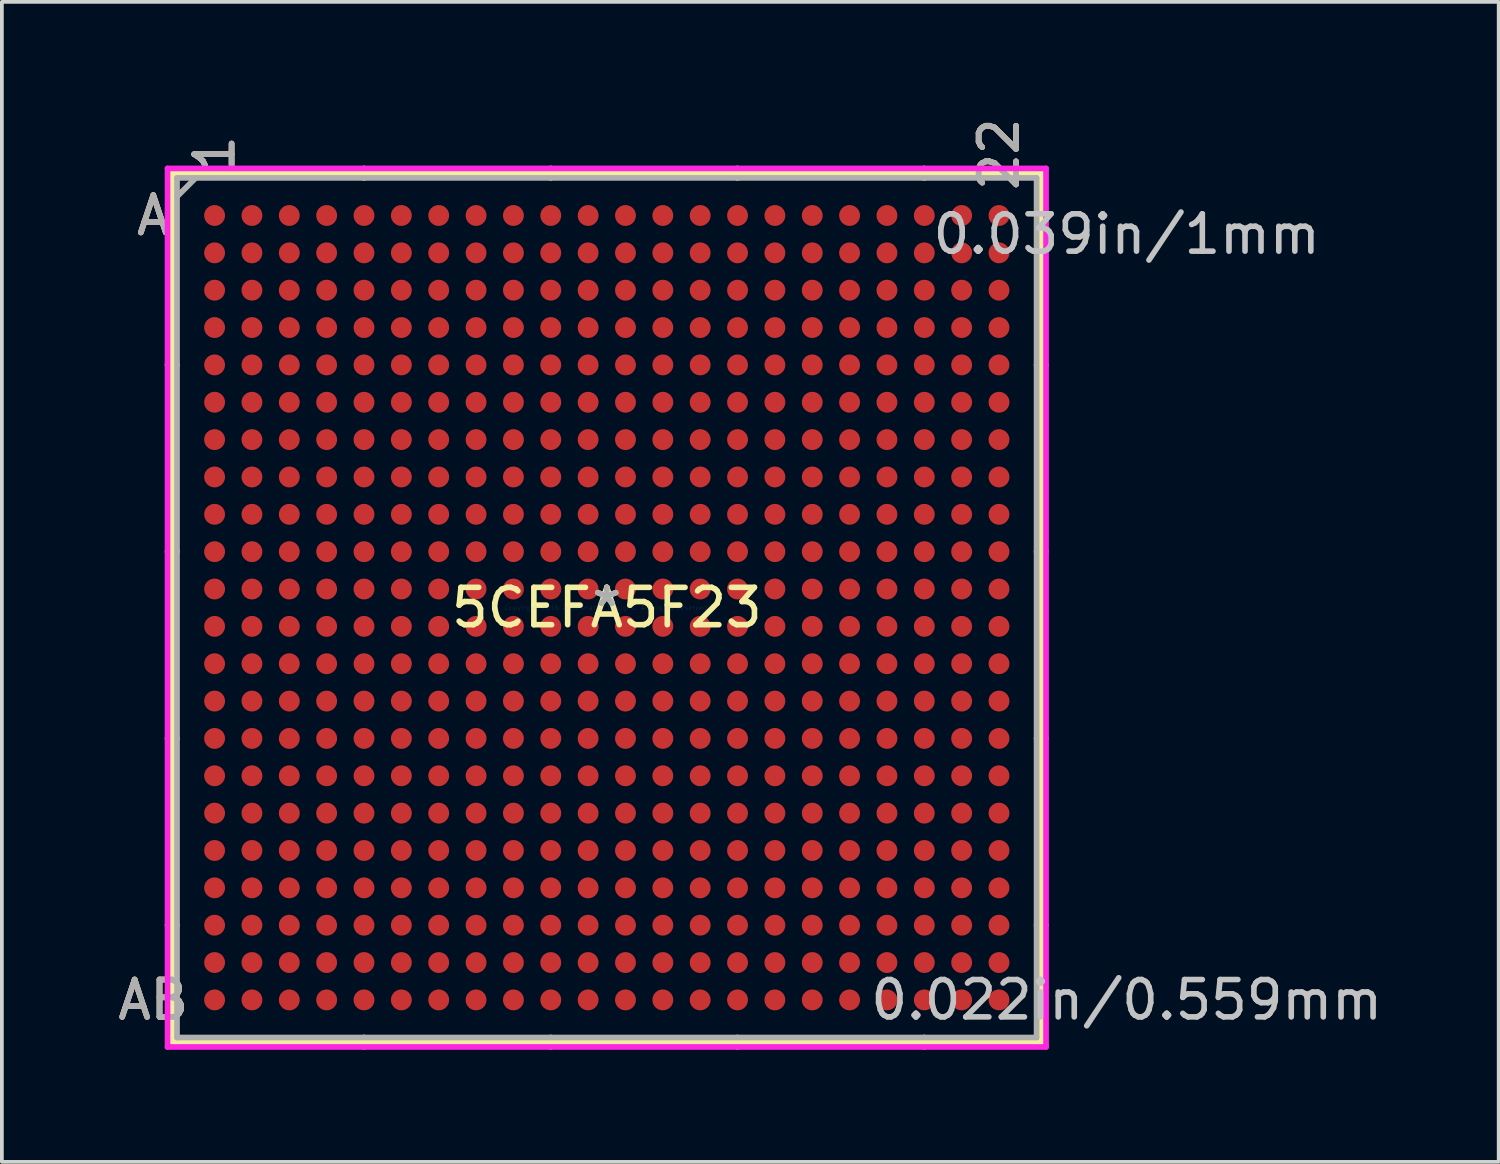
<source format=kicad_pcb>
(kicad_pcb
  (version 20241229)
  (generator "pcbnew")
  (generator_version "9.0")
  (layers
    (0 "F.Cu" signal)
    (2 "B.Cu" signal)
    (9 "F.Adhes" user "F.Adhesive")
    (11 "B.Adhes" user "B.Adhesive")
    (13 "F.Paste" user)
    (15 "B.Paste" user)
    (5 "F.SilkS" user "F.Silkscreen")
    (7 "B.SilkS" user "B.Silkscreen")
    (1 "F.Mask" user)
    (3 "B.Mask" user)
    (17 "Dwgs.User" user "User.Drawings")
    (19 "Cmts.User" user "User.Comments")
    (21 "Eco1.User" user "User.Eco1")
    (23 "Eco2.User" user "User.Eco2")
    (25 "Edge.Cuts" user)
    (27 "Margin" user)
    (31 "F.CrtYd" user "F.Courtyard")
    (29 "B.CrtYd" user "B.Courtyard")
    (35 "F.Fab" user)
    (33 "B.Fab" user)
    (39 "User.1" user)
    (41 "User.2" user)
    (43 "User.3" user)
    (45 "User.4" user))
  (footprint "5CEFA5F23"
    (layer "F.Cu")
    (at 13.195 13.219)
    (property "Reference" "5CEFA5F23" (at 0 0 0) (layer "F.SilkS") (effects (font (size 1 1) (thickness 0.15))))
    (attr through_hole)
    (fp_line (start -11.633 -11.633) (end -11.633 11.633) (stroke (width 0.152) (type solid)) (layer "F.SilkS"))
    (fp_line (start -11.633 11.633) (end 11.633 11.633) (stroke (width 0.152) (type solid)) (layer "F.SilkS"))
    (fp_line (start -11.506 -6.5) (end -11.76 -6.5) (stroke (width 0.152) (type solid)) (layer "F.SilkS"))
    (fp_line (start -11.506 -1.5) (end -11.76 -1.5) (stroke (width 0.152) (type solid)) (layer "F.SilkS"))
    (fp_line (start -11.506 3.5) (end -11.76 3.5) (stroke (width 0.152) (type solid)) (layer "F.SilkS"))
    (fp_line (start -11.506 8.5) (end -11.76 8.5) (stroke (width 0.152) (type solid)) (layer "F.SilkS"))
    (fp_line (start -6.5 -11.506) (end -6.5 -11.76) (stroke (width 0.152) (type solid)) (layer "F.SilkS"))
    (fp_line (start -6.5 11.506) (end -6.5 11.76) (stroke (width 0.152) (type solid)) (layer "F.SilkS"))
    (fp_line (start -1.5 -11.506) (end -1.5 -11.76) (stroke (width 0.152) (type solid)) (layer "F.SilkS"))
    (fp_line (start -1.5 11.506) (end -1.5 11.76) (stroke (width 0.152) (type solid)) (layer "F.SilkS"))
    (fp_line (start 3.5 -11.506) (end 3.5 -11.76) (stroke (width 0.152) (type solid)) (layer "F.SilkS"))
    (fp_line (start 3.5 11.506) (end 3.5 11.76) (stroke (width 0.152) (type solid)) (layer "F.SilkS"))
    (fp_line (start 8.5 -11.506) (end 8.5 -11.76) (stroke (width 0.152) (type solid)) (layer "F.SilkS"))
    (fp_line (start 8.5 11.506) (end 8.5 11.76) (stroke (width 0.152) (type solid)) (layer "F.SilkS"))
    (fp_line (start 11.506 -6.5) (end 11.76 -6.5) (stroke (width 0.152) (type solid)) (layer "F.SilkS"))
    (fp_line (start 11.506 -1.5) (end 11.76 -1.5) (stroke (width 0.152) (type solid)) (layer "F.SilkS"))
    (fp_line (start 11.506 3.5) (end 11.76 3.5) (stroke (width 0.152) (type solid)) (layer "F.SilkS"))
    (fp_line (start 11.506 8.5) (end 11.76 8.5) (stroke (width 0.152) (type solid)) (layer "F.SilkS"))
    (fp_line (start 11.633 -11.633) (end -11.633 -11.633) (stroke (width 0.152) (type solid)) (layer "F.SilkS"))
    (fp_line (start 11.633 11.633) (end 11.633 -11.633) (stroke (width 0.152) (type solid)) (layer "F.SilkS"))
    (fp_line (start -11.76 -11.76) (end 11.76 -11.76) (stroke (width 0.152) (type solid)) (layer "F.CrtYd"))
    (fp_line (start -11.76 11.76) (end -11.76 -11.76) (stroke (width 0.152) (type solid)) (layer "F.CrtYd"))
    (fp_line (start 11.76 -11.76) (end 11.76 11.76) (stroke (width 0.152) (type solid)) (layer "F.CrtYd"))
    (fp_line (start 11.76 11.76) (end -11.76 11.76) (stroke (width 0.152) (type solid)) (layer "F.CrtYd"))
    (fp_line (start -11.506 -11.506) (end -11.506 11.506) (stroke (width 0.152) (type solid)) (layer "F.Fab"))
    (fp_line (start -11.506 11.506) (end 11.506 11.506) (stroke (width 0.152) (type solid)) (layer "F.Fab"))
    (fp_line (start -11.006 -11.506) (end -11.506 -11.006) (stroke (width 0.152) (type solid)) (layer "F.Fab"))
    (fp_line (start 11.506 -11.506) (end -11.506 -11.506) (stroke (width 0.152) (type solid)) (layer "F.Fab"))
    (fp_line (start 11.506 11.506) (end 11.506 -11.506) (stroke (width 0.152) (type solid)) (layer "F.Fab"))
    (fp_text user "AB" (at -12.141 10.5 0) (layer "F.SilkS") (effects (font (size 1 1) (thickness 0.15))))
    (fp_text user "1" (at -10.5 -12.141 90) (layer "F.SilkS") (effects (font (size 1 1) (thickness 0.15))))
    (fp_text user "A" (at -12.141 -10.5 0) (layer "F.SilkS") (effects (font (size 1 1) (thickness 0.15))))
    (fp_text user "*" (at 0 0 0) (layer "F.SilkS") (effects (font (size 1 1) (thickness 0.15))))
    (fp_text user "22" (at 10.5 -12.141 90) (layer "F.SilkS") (effects (font (size 1 1) (thickness 0.15))))
    (fp_text user "A" (at -12.141 -10.5 0) (layer "B.SilkS") (effects (font (size 1 1) (thickness 0.15))))
    (fp_text user "1" (at -10.5 -12.141 90) (layer "B.SilkS") (effects (font (size 1 1) (thickness 0.15))))
    (fp_text user "22" (at 10.5 -12.141 90) (layer "B.SilkS") (effects (font (size 1 1) (thickness 0.15))))
    (fp_text user "AB" (at -12.141 10.5 0) (layer "B.SilkS") (effects (font (size 1 1) (thickness 0.15))))
    (fp_text user "0.022in/0.559mm" (at 13.919 10.5 0) (layer "Dwgs.User") (effects (font (size 1 1) (thickness 0.15))))
    (fp_text user "0.039in/1mm" (at 13.919 -10 0) (layer "Dwgs.User") (effects (font (size 1 1) (thickness 0.15))))
    (fp_text user "Copyright 2016 Accelerated Designs. All rights reserved." (at 0 0 0) (layer "Cmts.User") (effects (font (size 0.127 0.127) (thickness 0.002))))
    (fp_text user "*" (at 0 0 0) (layer "F.Fab") (effects (font (size 1 1) (thickness 0.15))))
    (fp_text user "AB" (at -12.141 10.5 0) (layer "F.Fab") (effects (font (size 1 1) (thickness 0.15))))
    (fp_text user "A" (at -12.141 -10.5 0) (layer "F.Fab") (effects (font (size 1 1) (thickness 0.15))))
    (fp_text user "22" (at 10.5 -12.141 90) (layer "F.Fab") (effects (font (size 1 1) (thickness 0.15))))
    (fp_text user "1" (at -10.5 -12.141 90) (layer "F.Fab") (effects (font (size 1 1) (thickness 0.15))))
    (pad "A1" smd circle (at -10.5 -10.5) (size 0.559 0.559) (layers "F.Cu" "F.Mask" "F.Paste"))
    (pad "A2" smd circle (at -9.5 -10.5) (size 0.559 0.559) (layers "F.Cu" "F.Mask" "F.Paste"))
    (pad "A3" smd circle (at -8.5 -10.5) (size 0.559 0.559) (layers "F.Cu" "F.Mask" "F.Paste"))
    (pad "A4" smd circle (at -7.5 -10.5) (size 0.559 0.559) (layers "F.Cu" "F.Mask" "F.Paste"))
    (pad "A5" smd circle (at -6.5 -10.5) (size 0.559 0.559) (layers "F.Cu" "F.Mask" "F.Paste"))
    (pad "A6" smd circle (at -5.5 -10.5) (size 0.559 0.559) (layers "F.Cu" "F.Mask" "F.Paste"))
    (pad "A7" smd circle (at -4.5 -10.5) (size 0.559 0.559) (layers "F.Cu" "F.Mask" "F.Paste"))
    (pad "A8" smd circle (at -3.5 -10.5) (size 0.559 0.559) (layers "F.Cu" "F.Mask" "F.Paste"))
    (pad "A9" smd circle (at -2.5 -10.5) (size 0.559 0.559) (layers "F.Cu" "F.Mask" "F.Paste"))
    (pad "A10" smd circle (at -1.5 -10.5) (size 0.559 0.559) (layers "F.Cu" "F.Mask" "F.Paste"))
    (pad "A11" smd circle (at -0.5 -10.5) (size 0.559 0.559) (layers "F.Cu" "F.Mask" "F.Paste"))
    (pad "A12" smd circle (at 0.5 -10.5) (size 0.559 0.559) (layers "F.Cu" "F.Mask" "F.Paste"))
    (pad "A13" smd circle (at 1.5 -10.5) (size 0.559 0.559) (layers "F.Cu" "F.Mask" "F.Paste"))
    (pad "A14" smd circle (at 2.5 -10.5) (size 0.559 0.559) (layers "F.Cu" "F.Mask" "F.Paste"))
    (pad "A15" smd circle (at 3.5 -10.5) (size 0.559 0.559) (layers "F.Cu" "F.Mask" "F.Paste"))
    (pad "A16" smd circle (at 4.5 -10.5) (size 0.559 0.559) (layers "F.Cu" "F.Mask" "F.Paste"))
    (pad "A17" smd circle (at 5.5 -10.5) (size 0.559 0.559) (layers "F.Cu" "F.Mask" "F.Paste"))
    (pad "A18" smd circle (at 6.5 -10.5) (size 0.559 0.559) (layers "F.Cu" "F.Mask" "F.Paste"))
    (pad "A19" smd circle (at 7.5 -10.5) (size 0.559 0.559) (layers "F.Cu" "F.Mask" "F.Paste"))
    (pad "A20" smd circle (at 8.5 -10.5) (size 0.559 0.559) (layers "F.Cu" "F.Mask" "F.Paste"))
    (pad "A21" smd circle (at 9.5 -10.5) (size 0.559 0.559) (layers "F.Cu" "F.Mask" "F.Paste"))
    (pad "A22" smd circle (at 10.5 -10.5) (size 0.559 0.559) (layers "F.Cu" "F.Mask" "F.Paste"))
    (pad "AA1" smd circle (at -10.5 9.5) (size 0.559 0.559) (layers "F.Cu" "F.Mask" "F.Paste"))
    (pad "AA2" smd circle (at -9.5 9.5) (size 0.559 0.559) (layers "F.Cu" "F.Mask" "F.Paste"))
    (pad "AA3" smd circle (at -8.5 9.5) (size 0.559 0.559) (layers "F.Cu" "F.Mask" "F.Paste"))
    (pad "AA4" smd circle (at -7.5 9.5) (size 0.559 0.559) (layers "F.Cu" "F.Mask" "F.Paste"))
    (pad "AA5" smd circle (at -6.5 9.5) (size 0.559 0.559) (layers "F.Cu" "F.Mask" "F.Paste"))
    (pad "AA6" smd circle (at -5.5 9.5) (size 0.559 0.559) (layers "F.Cu" "F.Mask" "F.Paste"))
    (pad "AA7" smd circle (at -4.5 9.5) (size 0.559 0.559) (layers "F.Cu" "F.Mask" "F.Paste"))
    (pad "AA8" smd circle (at -3.5 9.5) (size 0.559 0.559) (layers "F.Cu" "F.Mask" "F.Paste"))
    (pad "AA9" smd circle (at -2.5 9.5) (size 0.559 0.559) (layers "F.Cu" "F.Mask" "F.Paste"))
    (pad "AA10" smd circle (at -1.5 9.5) (size 0.559 0.559) (layers "F.Cu" "F.Mask" "F.Paste"))
    (pad "AA11" smd circle (at -0.5 9.5) (size 0.559 0.559) (layers "F.Cu" "F.Mask" "F.Paste"))
    (pad "AA12" smd circle (at 0.5 9.5) (size 0.559 0.559) (layers "F.Cu" "F.Mask" "F.Paste"))
    (pad "AA13" smd circle (at 1.5 9.5) (size 0.559 0.559) (layers "F.Cu" "F.Mask" "F.Paste"))
    (pad "AA14" smd circle (at 2.5 9.5) (size 0.559 0.559) (layers "F.Cu" "F.Mask" "F.Paste"))
    (pad "AA15" smd circle (at 3.5 9.5) (size 0.559 0.559) (layers "F.Cu" "F.Mask" "F.Paste"))
    (pad "AA16" smd circle (at 4.5 9.5) (size 0.559 0.559) (layers "F.Cu" "F.Mask" "F.Paste"))
    (pad "AA17" smd circle (at 5.5 9.5) (size 0.559 0.559) (layers "F.Cu" "F.Mask" "F.Paste"))
    (pad "AA18" smd circle (at 6.5 9.5) (size 0.559 0.559) (layers "F.Cu" "F.Mask" "F.Paste"))
    (pad "AA19" smd circle (at 7.5 9.5) (size 0.559 0.559) (layers "F.Cu" "F.Mask" "F.Paste"))
    (pad "AA20" smd circle (at 8.5 9.5) (size 0.559 0.559) (layers "F.Cu" "F.Mask" "F.Paste"))
    (pad "AA21" smd circle (at 9.5 9.5) (size 0.559 0.559) (layers "F.Cu" "F.Mask" "F.Paste"))
    (pad "AA22" smd circle (at 10.5 9.5) (size 0.559 0.559) (layers "F.Cu" "F.Mask" "F.Paste"))
    (pad "AB1" smd circle (at -10.5 10.5) (size 0.559 0.559) (layers "F.Cu" "F.Mask" "F.Paste"))
    (pad "AB2" smd circle (at -9.5 10.5) (size 0.559 0.559) (layers "F.Cu" "F.Mask" "F.Paste"))
    (pad "AB3" smd circle (at -8.5 10.5) (size 0.559 0.559) (layers "F.Cu" "F.Mask" "F.Paste"))
    (pad "AB4" smd circle (at -7.5 10.5) (size 0.559 0.559) (layers "F.Cu" "F.Mask" "F.Paste"))
    (pad "AB5" smd circle (at -6.5 10.5) (size 0.559 0.559) (layers "F.Cu" "F.Mask" "F.Paste"))
    (pad "AB6" smd circle (at -5.5 10.5) (size 0.559 0.559) (layers "F.Cu" "F.Mask" "F.Paste"))
    (pad "AB7" smd circle (at -4.5 10.5) (size 0.559 0.559) (layers "F.Cu" "F.Mask" "F.Paste"))
    (pad "AB8" smd circle (at -3.5 10.5) (size 0.559 0.559) (layers "F.Cu" "F.Mask" "F.Paste"))
    (pad "AB9" smd circle (at -2.5 10.5) (size 0.559 0.559) (layers "F.Cu" "F.Mask" "F.Paste"))
    (pad "AB10" smd circle (at -1.5 10.5) (size 0.559 0.559) (layers "F.Cu" "F.Mask" "F.Paste"))
    (pad "AB11" smd circle (at -0.5 10.5) (size 0.559 0.559) (layers "F.Cu" "F.Mask" "F.Paste"))
    (pad "AB12" smd circle (at 0.5 10.5) (size 0.559 0.559) (layers "F.Cu" "F.Mask" "F.Paste"))
    (pad "AB13" smd circle (at 1.5 10.5) (size 0.559 0.559) (layers "F.Cu" "F.Mask" "F.Paste"))
    (pad "AB14" smd circle (at 2.5 10.5) (size 0.559 0.559) (layers "F.Cu" "F.Mask" "F.Paste"))
    (pad "AB15" smd circle (at 3.5 10.5) (size 0.559 0.559) (layers "F.Cu" "F.Mask" "F.Paste"))
    (pad "AB16" smd circle (at 4.5 10.5) (size 0.559 0.559) (layers "F.Cu" "F.Mask" "F.Paste"))
    (pad "AB17" smd circle (at 5.5 10.5) (size 0.559 0.559) (layers "F.Cu" "F.Mask" "F.Paste"))
    (pad "AB18" smd circle (at 6.5 10.5) (size 0.559 0.559) (layers "F.Cu" "F.Mask" "F.Paste"))
    (pad "AB19" smd circle (at 7.5 10.5) (size 0.559 0.559) (layers "F.Cu" "F.Mask" "F.Paste"))
    (pad "AB20" smd circle (at 8.5 10.5) (size 0.559 0.559) (layers "F.Cu" "F.Mask" "F.Paste"))
    (pad "AB21" smd circle (at 9.5 10.5) (size 0.559 0.559) (layers "F.Cu" "F.Mask" "F.Paste"))
    (pad "AB22" smd circle (at 10.5 10.5) (size 0.559 0.559) (layers "F.Cu" "F.Mask" "F.Paste"))
    (pad "B1" smd circle (at -10.5 -9.5) (size 0.559 0.559) (layers "F.Cu" "F.Mask" "F.Paste"))
    (pad "B2" smd circle (at -9.5 -9.5) (size 0.559 0.559) (layers "F.Cu" "F.Mask" "F.Paste"))
    (pad "B3" smd circle (at -8.5 -9.5) (size 0.559 0.559) (layers "F.Cu" "F.Mask" "F.Paste"))
    (pad "B4" smd circle (at -7.5 -9.5) (size 0.559 0.559) (layers "F.Cu" "F.Mask" "F.Paste"))
    (pad "B5" smd circle (at -6.5 -9.5) (size 0.559 0.559) (layers "F.Cu" "F.Mask" "F.Paste"))
    (pad "B6" smd circle (at -5.5 -9.5) (size 0.559 0.559) (layers "F.Cu" "F.Mask" "F.Paste"))
    (pad "B7" smd circle (at -4.5 -9.5) (size 0.559 0.559) (layers "F.Cu" "F.Mask" "F.Paste"))
    (pad "B8" smd circle (at -3.5 -9.5) (size 0.559 0.559) (layers "F.Cu" "F.Mask" "F.Paste"))
    (pad "B9" smd circle (at -2.5 -9.5) (size 0.559 0.559) (layers "F.Cu" "F.Mask" "F.Paste"))
    (pad "B10" smd circle (at -1.5 -9.5) (size 0.559 0.559) (layers "F.Cu" "F.Mask" "F.Paste"))
    (pad "B11" smd circle (at -0.5 -9.5) (size 0.559 0.559) (layers "F.Cu" "F.Mask" "F.Paste"))
    (pad "B12" smd circle (at 0.5 -9.5) (size 0.559 0.559) (layers "F.Cu" "F.Mask" "F.Paste"))
    (pad "B13" smd circle (at 1.5 -9.5) (size 0.559 0.559) (layers "F.Cu" "F.Mask" "F.Paste"))
    (pad "B14" smd circle (at 2.5 -9.5) (size 0.559 0.559) (layers "F.Cu" "F.Mask" "F.Paste"))
    (pad "B15" smd circle (at 3.5 -9.5) (size 0.559 0.559) (layers "F.Cu" "F.Mask" "F.Paste"))
    (pad "B16" smd circle (at 4.5 -9.5) (size 0.559 0.559) (layers "F.Cu" "F.Mask" "F.Paste"))
    (pad "B17" smd circle (at 5.5 -9.5) (size 0.559 0.559) (layers "F.Cu" "F.Mask" "F.Paste"))
    (pad "B18" smd circle (at 6.5 -9.5) (size 0.559 0.559) (layers "F.Cu" "F.Mask" "F.Paste"))
    (pad "B19" smd circle (at 7.5 -9.5) (size 0.559 0.559) (layers "F.Cu" "F.Mask" "F.Paste"))
    (pad "B20" smd circle (at 8.5 -9.5) (size 0.559 0.559) (layers "F.Cu" "F.Mask" "F.Paste"))
    (pad "B21" smd circle (at 9.5 -9.5) (size 0.559 0.559) (layers "F.Cu" "F.Mask" "F.Paste"))
    (pad "B22" smd circle (at 10.5 -9.5) (size 0.559 0.559) (layers "F.Cu" "F.Mask" "F.Paste"))
    (pad "C1" smd circle (at -10.5 -8.5) (size 0.559 0.559) (layers "F.Cu" "F.Mask" "F.Paste"))
    (pad "C2" smd circle (at -9.5 -8.5) (size 0.559 0.559) (layers "F.Cu" "F.Mask" "F.Paste"))
    (pad "C3" smd circle (at -8.5 -8.5) (size 0.559 0.559) (layers "F.Cu" "F.Mask" "F.Paste"))
    (pad "C4" smd circle (at -7.5 -8.5) (size 0.559 0.559) (layers "F.Cu" "F.Mask" "F.Paste"))
    (pad "C5" smd circle (at -6.5 -8.5) (size 0.559 0.559) (layers "F.Cu" "F.Mask" "F.Paste"))
    (pad "C6" smd circle (at -5.5 -8.5) (size 0.559 0.559) (layers "F.Cu" "F.Mask" "F.Paste"))
    (pad "C7" smd circle (at -4.5 -8.5) (size 0.559 0.559) (layers "F.Cu" "F.Mask" "F.Paste"))
    (pad "C8" smd circle (at -3.5 -8.5) (size 0.559 0.559) (layers "F.Cu" "F.Mask" "F.Paste"))
    (pad "C9" smd circle (at -2.5 -8.5) (size 0.559 0.559) (layers "F.Cu" "F.Mask" "F.Paste"))
    (pad "C10" smd circle (at -1.5 -8.5) (size 0.559 0.559) (layers "F.Cu" "F.Mask" "F.Paste"))
    (pad "C11" smd circle (at -0.5 -8.5) (size 0.559 0.559) (layers "F.Cu" "F.Mask" "F.Paste"))
    (pad "C12" smd circle (at 0.5 -8.5) (size 0.559 0.559) (layers "F.Cu" "F.Mask" "F.Paste"))
    (pad "C13" smd circle (at 1.5 -8.5) (size 0.559 0.559) (layers "F.Cu" "F.Mask" "F.Paste"))
    (pad "C14" smd circle (at 2.5 -8.5) (size 0.559 0.559) (layers "F.Cu" "F.Mask" "F.Paste"))
    (pad "C15" smd circle (at 3.5 -8.5) (size 0.559 0.559) (layers "F.Cu" "F.Mask" "F.Paste"))
    (pad "C16" smd circle (at 4.5 -8.5) (size 0.559 0.559) (layers "F.Cu" "F.Mask" "F.Paste"))
    (pad "C17" smd circle (at 5.5 -8.5) (size 0.559 0.559) (layers "F.Cu" "F.Mask" "F.Paste"))
    (pad "C18" smd circle (at 6.5 -8.5) (size 0.559 0.559) (layers "F.Cu" "F.Mask" "F.Paste"))
    (pad "C19" smd circle (at 7.5 -8.5) (size 0.559 0.559) (layers "F.Cu" "F.Mask" "F.Paste"))
    (pad "C20" smd circle (at 8.5 -8.5) (size 0.559 0.559) (layers "F.Cu" "F.Mask" "F.Paste"))
    (pad "C21" smd circle (at 9.5 -8.5) (size 0.559 0.559) (layers "F.Cu" "F.Mask" "F.Paste"))
    (pad "C22" smd circle (at 10.5 -8.5) (size 0.559 0.559) (layers "F.Cu" "F.Mask" "F.Paste"))
    (pad "D1" smd circle (at -10.5 -7.5) (size 0.559 0.559) (layers "F.Cu" "F.Mask" "F.Paste"))
    (pad "D2" smd circle (at -9.5 -7.5) (size 0.559 0.559) (layers "F.Cu" "F.Mask" "F.Paste"))
    (pad "D3" smd circle (at -8.5 -7.5) (size 0.559 0.559) (layers "F.Cu" "F.Mask" "F.Paste"))
    (pad "D4" smd circle (at -7.5 -7.5) (size 0.559 0.559) (layers "F.Cu" "F.Mask" "F.Paste"))
    (pad "D5" smd circle (at -6.5 -7.5) (size 0.559 0.559) (layers "F.Cu" "F.Mask" "F.Paste"))
    (pad "D6" smd circle (at -5.5 -7.5) (size 0.559 0.559) (layers "F.Cu" "F.Mask" "F.Paste"))
    (pad "D7" smd circle (at -4.5 -7.5) (size 0.559 0.559) (layers "F.Cu" "F.Mask" "F.Paste"))
    (pad "D8" smd circle (at -3.5 -7.5) (size 0.559 0.559) (layers "F.Cu" "F.Mask" "F.Paste"))
    (pad "D9" smd circle (at -2.5 -7.5) (size 0.559 0.559) (layers "F.Cu" "F.Mask" "F.Paste"))
    (pad "D10" smd circle (at -1.5 -7.5) (size 0.559 0.559) (layers "F.Cu" "F.Mask" "F.Paste"))
    (pad "D11" smd circle (at -0.5 -7.5) (size 0.559 0.559) (layers "F.Cu" "F.Mask" "F.Paste"))
    (pad "D12" smd circle (at 0.5 -7.5) (size 0.559 0.559) (layers "F.Cu" "F.Mask" "F.Paste"))
    (pad "D13" smd circle (at 1.5 -7.5) (size 0.559 0.559) (layers "F.Cu" "F.Mask" "F.Paste"))
    (pad "D14" smd circle (at 2.5 -7.5) (size 0.559 0.559) (layers "F.Cu" "F.Mask" "F.Paste"))
    (pad "D15" smd circle (at 3.5 -7.5) (size 0.559 0.559) (layers "F.Cu" "F.Mask" "F.Paste"))
    (pad "D16" smd circle (at 4.5 -7.5) (size 0.559 0.559) (layers "F.Cu" "F.Mask" "F.Paste"))
    (pad "D17" smd circle (at 5.5 -7.5) (size 0.559 0.559) (layers "F.Cu" "F.Mask" "F.Paste"))
    (pad "D18" smd circle (at 6.5 -7.5) (size 0.559 0.559) (layers "F.Cu" "F.Mask" "F.Paste"))
    (pad "D19" smd circle (at 7.5 -7.5) (size 0.559 0.559) (layers "F.Cu" "F.Mask" "F.Paste"))
    (pad "D20" smd circle (at 8.5 -7.5) (size 0.559 0.559) (layers "F.Cu" "F.Mask" "F.Paste"))
    (pad "D21" smd circle (at 9.5 -7.5) (size 0.559 0.559) (layers "F.Cu" "F.Mask" "F.Paste"))
    (pad "D22" smd circle (at 10.5 -7.5) (size 0.559 0.559) (layers "F.Cu" "F.Mask" "F.Paste"))
    (pad "E1" smd circle (at -10.5 -6.5) (size 0.559 0.559) (layers "F.Cu" "F.Mask" "F.Paste"))
    (pad "E2" smd circle (at -9.5 -6.5) (size 0.559 0.559) (layers "F.Cu" "F.Mask" "F.Paste"))
    (pad "E3" smd circle (at -8.5 -6.5) (size 0.559 0.559) (layers "F.Cu" "F.Mask" "F.Paste"))
    (pad "E4" smd circle (at -7.5 -6.5) (size 0.559 0.559) (layers "F.Cu" "F.Mask" "F.Paste"))
    (pad "E5" smd circle (at -6.5 -6.5) (size 0.559 0.559) (layers "F.Cu" "F.Mask" "F.Paste"))
    (pad "E6" smd circle (at -5.5 -6.5) (size 0.559 0.559) (layers "F.Cu" "F.Mask" "F.Paste"))
    (pad "E7" smd circle (at -4.5 -6.5) (size 0.559 0.559) (layers "F.Cu" "F.Mask" "F.Paste"))
    (pad "E8" smd circle (at -3.5 -6.5) (size 0.559 0.559) (layers "F.Cu" "F.Mask" "F.Paste"))
    (pad "E9" smd circle (at -2.5 -6.5) (size 0.559 0.559) (layers "F.Cu" "F.Mask" "F.Paste"))
    (pad "E10" smd circle (at -1.5 -6.5) (size 0.559 0.559) (layers "F.Cu" "F.Mask" "F.Paste"))
    (pad "E11" smd circle (at -0.5 -6.5) (size 0.559 0.559) (layers "F.Cu" "F.Mask" "F.Paste"))
    (pad "E12" smd circle (at 0.5 -6.5) (size 0.559 0.559) (layers "F.Cu" "F.Mask" "F.Paste"))
    (pad "E13" smd circle (at 1.5 -6.5) (size 0.559 0.559) (layers "F.Cu" "F.Mask" "F.Paste"))
    (pad "E14" smd circle (at 2.5 -6.5) (size 0.559 0.559) (layers "F.Cu" "F.Mask" "F.Paste"))
    (pad "E15" smd circle (at 3.5 -6.5) (size 0.559 0.559) (layers "F.Cu" "F.Mask" "F.Paste"))
    (pad "E16" smd circle (at 4.5 -6.5) (size 0.559 0.559) (layers "F.Cu" "F.Mask" "F.Paste"))
    (pad "E17" smd circle (at 5.5 -6.5) (size 0.559 0.559) (layers "F.Cu" "F.Mask" "F.Paste"))
    (pad "E18" smd circle (at 6.5 -6.5) (size 0.559 0.559) (layers "F.Cu" "F.Mask" "F.Paste"))
    (pad "E19" smd circle (at 7.5 -6.5) (size 0.559 0.559) (layers "F.Cu" "F.Mask" "F.Paste"))
    (pad "E20" smd circle (at 8.5 -6.5) (size 0.559 0.559) (layers "F.Cu" "F.Mask" "F.Paste"))
    (pad "E21" smd circle (at 9.5 -6.5) (size 0.559 0.559) (layers "F.Cu" "F.Mask" "F.Paste"))
    (pad "E22" smd circle (at 10.5 -6.5) (size 0.559 0.559) (layers "F.Cu" "F.Mask" "F.Paste"))
    (pad "F1" smd circle (at -10.5 -5.5) (size 0.559 0.559) (layers "F.Cu" "F.Mask" "F.Paste"))
    (pad "F2" smd circle (at -9.5 -5.5) (size 0.559 0.559) (layers "F.Cu" "F.Mask" "F.Paste"))
    (pad "F3" smd circle (at -8.5 -5.5) (size 0.559 0.559) (layers "F.Cu" "F.Mask" "F.Paste"))
    (pad "F4" smd circle (at -7.5 -5.5) (size 0.559 0.559) (layers "F.Cu" "F.Mask" "F.Paste"))
    (pad "F5" smd circle (at -6.5 -5.5) (size 0.559 0.559) (layers "F.Cu" "F.Mask" "F.Paste"))
    (pad "F6" smd circle (at -5.5 -5.5) (size 0.559 0.559) (layers "F.Cu" "F.Mask" "F.Paste"))
    (pad "F7" smd circle (at -4.5 -5.5) (size 0.559 0.559) (layers "F.Cu" "F.Mask" "F.Paste"))
    (pad "F8" smd circle (at -3.5 -5.5) (size 0.559 0.559) (layers "F.Cu" "F.Mask" "F.Paste"))
    (pad "F9" smd circle (at -2.5 -5.5) (size 0.559 0.559) (layers "F.Cu" "F.Mask" "F.Paste"))
    (pad "F10" smd circle (at -1.5 -5.5) (size 0.559 0.559) (layers "F.Cu" "F.Mask" "F.Paste"))
    (pad "F11" smd circle (at -0.5 -5.5) (size 0.559 0.559) (layers "F.Cu" "F.Mask" "F.Paste"))
    (pad "F12" smd circle (at 0.5 -5.5) (size 0.559 0.559) (layers "F.Cu" "F.Mask" "F.Paste"))
    (pad "F13" smd circle (at 1.5 -5.5) (size 0.559 0.559) (layers "F.Cu" "F.Mask" "F.Paste"))
    (pad "F14" smd circle (at 2.5 -5.5) (size 0.559 0.559) (layers "F.Cu" "F.Mask" "F.Paste"))
    (pad "F15" smd circle (at 3.5 -5.5) (size 0.559 0.559) (layers "F.Cu" "F.Mask" "F.Paste"))
    (pad "F16" smd circle (at 4.5 -5.5) (size 0.559 0.559) (layers "F.Cu" "F.Mask" "F.Paste"))
    (pad "F17" smd circle (at 5.5 -5.5) (size 0.559 0.559) (layers "F.Cu" "F.Mask" "F.Paste"))
    (pad "F18" smd circle (at 6.5 -5.5) (size 0.559 0.559) (layers "F.Cu" "F.Mask" "F.Paste"))
    (pad "F19" smd circle (at 7.5 -5.5) (size 0.559 0.559) (layers "F.Cu" "F.Mask" "F.Paste"))
    (pad "F20" smd circle (at 8.5 -5.5) (size 0.559 0.559) (layers "F.Cu" "F.Mask" "F.Paste"))
    (pad "F21" smd circle (at 9.5 -5.5) (size 0.559 0.559) (layers "F.Cu" "F.Mask" "F.Paste"))
    (pad "F22" smd circle (at 10.5 -5.5) (size 0.559 0.559) (layers "F.Cu" "F.Mask" "F.Paste"))
    (pad "G1" smd circle (at -10.5 -4.5) (size 0.559 0.559) (layers "F.Cu" "F.Mask" "F.Paste"))
    (pad "G2" smd circle (at -9.5 -4.5) (size 0.559 0.559) (layers "F.Cu" "F.Mask" "F.Paste"))
    (pad "G3" smd circle (at -8.5 -4.5) (size 0.559 0.559) (layers "F.Cu" "F.Mask" "F.Paste"))
    (pad "G4" smd circle (at -7.5 -4.5) (size 0.559 0.559) (layers "F.Cu" "F.Mask" "F.Paste"))
    (pad "G5" smd circle (at -6.5 -4.5) (size 0.559 0.559) (layers "F.Cu" "F.Mask" "F.Paste"))
    (pad "G6" smd circle (at -5.5 -4.5) (size 0.559 0.559) (layers "F.Cu" "F.Mask" "F.Paste"))
    (pad "G7" smd circle (at -4.5 -4.5) (size 0.559 0.559) (layers "F.Cu" "F.Mask" "F.Paste"))
    (pad "G8" smd circle (at -3.5 -4.5) (size 0.559 0.559) (layers "F.Cu" "F.Mask" "F.Paste"))
    (pad "G9" smd circle (at -2.5 -4.5) (size 0.559 0.559) (layers "F.Cu" "F.Mask" "F.Paste"))
    (pad "G10" smd circle (at -1.5 -4.5) (size 0.559 0.559) (layers "F.Cu" "F.Mask" "F.Paste"))
    (pad "G11" smd circle (at -0.5 -4.5) (size 0.559 0.559) (layers "F.Cu" "F.Mask" "F.Paste"))
    (pad "G12" smd circle (at 0.5 -4.5) (size 0.559 0.559) (layers "F.Cu" "F.Mask" "F.Paste"))
    (pad "G13" smd circle (at 1.5 -4.5) (size 0.559 0.559) (layers "F.Cu" "F.Mask" "F.Paste"))
    (pad "G14" smd circle (at 2.5 -4.5) (size 0.559 0.559) (layers "F.Cu" "F.Mask" "F.Paste"))
    (pad "G15" smd circle (at 3.5 -4.5) (size 0.559 0.559) (layers "F.Cu" "F.Mask" "F.Paste"))
    (pad "G16" smd circle (at 4.5 -4.5) (size 0.559 0.559) (layers "F.Cu" "F.Mask" "F.Paste"))
    (pad "G17" smd circle (at 5.5 -4.5) (size 0.559 0.559) (layers "F.Cu" "F.Mask" "F.Paste"))
    (pad "G18" smd circle (at 6.5 -4.5) (size 0.559 0.559) (layers "F.Cu" "F.Mask" "F.Paste"))
    (pad "G19" smd circle (at 7.5 -4.5) (size 0.559 0.559) (layers "F.Cu" "F.Mask" "F.Paste"))
    (pad "G20" smd circle (at 8.5 -4.5) (size 0.559 0.559) (layers "F.Cu" "F.Mask" "F.Paste"))
    (pad "G21" smd circle (at 9.5 -4.5) (size 0.559 0.559) (layers "F.Cu" "F.Mask" "F.Paste"))
    (pad "G22" smd circle (at 10.5 -4.5) (size 0.559 0.559) (layers "F.Cu" "F.Mask" "F.Paste"))
    (pad "H1" smd circle (at -10.5 -3.5) (size 0.559 0.559) (layers "F.Cu" "F.Mask" "F.Paste"))
    (pad "H2" smd circle (at -9.5 -3.5) (size 0.559 0.559) (layers "F.Cu" "F.Mask" "F.Paste"))
    (pad "H3" smd circle (at -8.5 -3.5) (size 0.559 0.559) (layers "F.Cu" "F.Mask" "F.Paste"))
    (pad "H4" smd circle (at -7.5 -3.5) (size 0.559 0.559) (layers "F.Cu" "F.Mask" "F.Paste"))
    (pad "H5" smd circle (at -6.5 -3.5) (size 0.559 0.559) (layers "F.Cu" "F.Mask" "F.Paste"))
    (pad "H6" smd circle (at -5.5 -3.5) (size 0.559 0.559) (layers "F.Cu" "F.Mask" "F.Paste"))
    (pad "H7" smd circle (at -4.5 -3.5) (size 0.559 0.559) (layers "F.Cu" "F.Mask" "F.Paste"))
    (pad "H8" smd circle (at -3.5 -3.5) (size 0.559 0.559) (layers "F.Cu" "F.Mask" "F.Paste"))
    (pad "H9" smd circle (at -2.5 -3.5) (size 0.559 0.559) (layers "F.Cu" "F.Mask" "F.Paste"))
    (pad "H10" smd circle (at -1.5 -3.5) (size 0.559 0.559) (layers "F.Cu" "F.Mask" "F.Paste"))
    (pad "H11" smd circle (at -0.5 -3.5) (size 0.559 0.559) (layers "F.Cu" "F.Mask" "F.Paste"))
    (pad "H12" smd circle (at 0.5 -3.5) (size 0.559 0.559) (layers "F.Cu" "F.Mask" "F.Paste"))
    (pad "H13" smd circle (at 1.5 -3.5) (size 0.559 0.559) (layers "F.Cu" "F.Mask" "F.Paste"))
    (pad "H14" smd circle (at 2.5 -3.5) (size 0.559 0.559) (layers "F.Cu" "F.Mask" "F.Paste"))
    (pad "H15" smd circle (at 3.5 -3.5) (size 0.559 0.559) (layers "F.Cu" "F.Mask" "F.Paste"))
    (pad "H16" smd circle (at 4.5 -3.5) (size 0.559 0.559) (layers "F.Cu" "F.Mask" "F.Paste"))
    (pad "H17" smd circle (at 5.5 -3.5) (size 0.559 0.559) (layers "F.Cu" "F.Mask" "F.Paste"))
    (pad "H18" smd circle (at 6.5 -3.5) (size 0.559 0.559) (layers "F.Cu" "F.Mask" "F.Paste"))
    (pad "H19" smd circle (at 7.5 -3.5) (size 0.559 0.559) (layers "F.Cu" "F.Mask" "F.Paste"))
    (pad "H20" smd circle (at 8.5 -3.5) (size 0.559 0.559) (layers "F.Cu" "F.Mask" "F.Paste"))
    (pad "H21" smd circle (at 9.5 -3.5) (size 0.559 0.559) (layers "F.Cu" "F.Mask" "F.Paste"))
    (pad "H22" smd circle (at 10.5 -3.5) (size 0.559 0.559) (layers "F.Cu" "F.Mask" "F.Paste"))
    (pad "J1" smd circle (at -10.5 -2.5) (size 0.559 0.559) (layers "F.Cu" "F.Mask" "F.Paste"))
    (pad "J2" smd circle (at -9.5 -2.5) (size 0.559 0.559) (layers "F.Cu" "F.Mask" "F.Paste"))
    (pad "J3" smd circle (at -8.5 -2.5) (size 0.559 0.559) (layers "F.Cu" "F.Mask" "F.Paste"))
    (pad "J4" smd circle (at -7.5 -2.5) (size 0.559 0.559) (layers "F.Cu" "F.Mask" "F.Paste"))
    (pad "J5" smd circle (at -6.5 -2.5) (size 0.559 0.559) (layers "F.Cu" "F.Mask" "F.Paste"))
    (pad "J6" smd circle (at -5.5 -2.5) (size 0.559 0.559) (layers "F.Cu" "F.Mask" "F.Paste"))
    (pad "J7" smd circle (at -4.5 -2.5) (size 0.559 0.559) (layers "F.Cu" "F.Mask" "F.Paste"))
    (pad "J8" smd circle (at -3.5 -2.5) (size 0.559 0.559) (layers "F.Cu" "F.Mask" "F.Paste"))
    (pad "J9" smd circle (at -2.5 -2.5) (size 0.559 0.559) (layers "F.Cu" "F.Mask" "F.Paste"))
    (pad "J10" smd circle (at -1.5 -2.5) (size 0.559 0.559) (layers "F.Cu" "F.Mask" "F.Paste"))
    (pad "J11" smd circle (at -0.5 -2.5) (size 0.559 0.559) (layers "F.Cu" "F.Mask" "F.Paste"))
    (pad "J12" smd circle (at 0.5 -2.5) (size 0.559 0.559) (layers "F.Cu" "F.Mask" "F.Paste"))
    (pad "J13" smd circle (at 1.5 -2.5) (size 0.559 0.559) (layers "F.Cu" "F.Mask" "F.Paste"))
    (pad "J14" smd circle (at 2.5 -2.5) (size 0.559 0.559) (layers "F.Cu" "F.Mask" "F.Paste"))
    (pad "J15" smd circle (at 3.5 -2.5) (size 0.559 0.559) (layers "F.Cu" "F.Mask" "F.Paste"))
    (pad "J16" smd circle (at 4.5 -2.5) (size 0.559 0.559) (layers "F.Cu" "F.Mask" "F.Paste"))
    (pad "J17" smd circle (at 5.5 -2.5) (size 0.559 0.559) (layers "F.Cu" "F.Mask" "F.Paste"))
    (pad "J18" smd circle (at 6.5 -2.5) (size 0.559 0.559) (layers "F.Cu" "F.Mask" "F.Paste"))
    (pad "J19" smd circle (at 7.5 -2.5) (size 0.559 0.559) (layers "F.Cu" "F.Mask" "F.Paste"))
    (pad "J20" smd circle (at 8.5 -2.5) (size 0.559 0.559) (layers "F.Cu" "F.Mask" "F.Paste"))
    (pad "J21" smd circle (at 9.5 -2.5) (size 0.559 0.559) (layers "F.Cu" "F.Mask" "F.Paste"))
    (pad "J22" smd circle (at 10.5 -2.5) (size 0.559 0.559) (layers "F.Cu" "F.Mask" "F.Paste"))
    (pad "K1" smd circle (at -10.5 -1.5) (size 0.559 0.559) (layers "F.Cu" "F.Mask" "F.Paste"))
    (pad "K2" smd circle (at -9.5 -1.5) (size 0.559 0.559) (layers "F.Cu" "F.Mask" "F.Paste"))
    (pad "K3" smd circle (at -8.5 -1.5) (size 0.559 0.559) (layers "F.Cu" "F.Mask" "F.Paste"))
    (pad "K4" smd circle (at -7.5 -1.5) (size 0.559 0.559) (layers "F.Cu" "F.Mask" "F.Paste"))
    (pad "K5" smd circle (at -6.5 -1.5) (size 0.559 0.559) (layers "F.Cu" "F.Mask" "F.Paste"))
    (pad "K6" smd circle (at -5.5 -1.5) (size 0.559 0.559) (layers "F.Cu" "F.Mask" "F.Paste"))
    (pad "K7" smd circle (at -4.5 -1.5) (size 0.559 0.559) (layers "F.Cu" "F.Mask" "F.Paste"))
    (pad "K8" smd circle (at -3.5 -1.5) (size 0.559 0.559) (layers "F.Cu" "F.Mask" "F.Paste"))
    (pad "K9" smd circle (at -2.5 -1.5) (size 0.559 0.559) (layers "F.Cu" "F.Mask" "F.Paste"))
    (pad "K10" smd circle (at -1.5 -1.5) (size 0.559 0.559) (layers "F.Cu" "F.Mask" "F.Paste"))
    (pad "K11" smd circle (at -0.5 -1.5) (size 0.559 0.559) (layers "F.Cu" "F.Mask" "F.Paste"))
    (pad "K12" smd circle (at 0.5 -1.5) (size 0.559 0.559) (layers "F.Cu" "F.Mask" "F.Paste"))
    (pad "K13" smd circle (at 1.5 -1.5) (size 0.559 0.559) (layers "F.Cu" "F.Mask" "F.Paste"))
    (pad "K14" smd circle (at 2.5 -1.5) (size 0.559 0.559) (layers "F.Cu" "F.Mask" "F.Paste"))
    (pad "K15" smd circle (at 3.5 -1.5) (size 0.559 0.559) (layers "F.Cu" "F.Mask" "F.Paste"))
    (pad "K16" smd circle (at 4.5 -1.5) (size 0.559 0.559) (layers "F.Cu" "F.Mask" "F.Paste"))
    (pad "K17" smd circle (at 5.5 -1.5) (size 0.559 0.559) (layers "F.Cu" "F.Mask" "F.Paste"))
    (pad "K18" smd circle (at 6.5 -1.5) (size 0.559 0.559) (layers "F.Cu" "F.Mask" "F.Paste"))
    (pad "K19" smd circle (at 7.5 -1.5) (size 0.559 0.559) (layers "F.Cu" "F.Mask" "F.Paste"))
    (pad "K20" smd circle (at 8.5 -1.5) (size 0.559 0.559) (layers "F.Cu" "F.Mask" "F.Paste"))
    (pad "K21" smd circle (at 9.5 -1.5) (size 0.559 0.559) (layers "F.Cu" "F.Mask" "F.Paste"))
    (pad "K22" smd circle (at 10.5 -1.5) (size 0.559 0.559) (layers "F.Cu" "F.Mask" "F.Paste"))
    (pad "L1" smd circle (at -10.5 -0.5) (size 0.559 0.559) (layers "F.Cu" "F.Mask" "F.Paste"))
    (pad "L2" smd circle (at -9.5 -0.5) (size 0.559 0.559) (layers "F.Cu" "F.Mask" "F.Paste"))
    (pad "L3" smd circle (at -8.5 -0.5) (size 0.559 0.559) (layers "F.Cu" "F.Mask" "F.Paste"))
    (pad "L4" smd circle (at -7.5 -0.5) (size 0.559 0.559) (layers "F.Cu" "F.Mask" "F.Paste"))
    (pad "L5" smd circle (at -6.5 -0.5) (size 0.559 0.559) (layers "F.Cu" "F.Mask" "F.Paste"))
    (pad "L6" smd circle (at -5.5 -0.5) (size 0.559 0.559) (layers "F.Cu" "F.Mask" "F.Paste"))
    (pad "L7" smd circle (at -4.5 -0.5) (size 0.559 0.559) (layers "F.Cu" "F.Mask" "F.Paste"))
    (pad "L8" smd circle (at -3.5 -0.5) (size 0.559 0.559) (layers "F.Cu" "F.Mask" "F.Paste"))
    (pad "L9" smd circle (at -2.5 -0.5) (size 0.559 0.559) (layers "F.Cu" "F.Mask" "F.Paste"))
    (pad "L10" smd circle (at -1.5 -0.5) (size 0.559 0.559) (layers "F.Cu" "F.Mask" "F.Paste"))
    (pad "L11" smd circle (at -0.5 -0.5) (size 0.559 0.559) (layers "F.Cu" "F.Mask" "F.Paste"))
    (pad "L12" smd circle (at 0.5 -0.5) (size 0.559 0.559) (layers "F.Cu" "F.Mask" "F.Paste"))
    (pad "L13" smd circle (at 1.5 -0.5) (size 0.559 0.559) (layers "F.Cu" "F.Mask" "F.Paste"))
    (pad "L14" smd circle (at 2.5 -0.5) (size 0.559 0.559) (layers "F.Cu" "F.Mask" "F.Paste"))
    (pad "L15" smd circle (at 3.5 -0.5) (size 0.559 0.559) (layers "F.Cu" "F.Mask" "F.Paste"))
    (pad "L16" smd circle (at 4.5 -0.5) (size 0.559 0.559) (layers "F.Cu" "F.Mask" "F.Paste"))
    (pad "L17" smd circle (at 5.5 -0.5) (size 0.559 0.559) (layers "F.Cu" "F.Mask" "F.Paste"))
    (pad "L18" smd circle (at 6.5 -0.5) (size 0.559 0.559) (layers "F.Cu" "F.Mask" "F.Paste"))
    (pad "L19" smd circle (at 7.5 -0.5) (size 0.559 0.559) (layers "F.Cu" "F.Mask" "F.Paste"))
    (pad "L20" smd circle (at 8.5 -0.5) (size 0.559 0.559) (layers "F.Cu" "F.Mask" "F.Paste"))
    (pad "L21" smd circle (at 9.5 -0.5) (size 0.559 0.559) (layers "F.Cu" "F.Mask" "F.Paste"))
    (pad "L22" smd circle (at 10.5 -0.5) (size 0.559 0.559) (layers "F.Cu" "F.Mask" "F.Paste"))
    (pad "M1" smd circle (at -10.5 0.5) (size 0.559 0.559) (layers "F.Cu" "F.Mask" "F.Paste"))
    (pad "M2" smd circle (at -9.5 0.5) (size 0.559 0.559) (layers "F.Cu" "F.Mask" "F.Paste"))
    (pad "M3" smd circle (at -8.5 0.5) (size 0.559 0.559) (layers "F.Cu" "F.Mask" "F.Paste"))
    (pad "M4" smd circle (at -7.5 0.5) (size 0.559 0.559) (layers "F.Cu" "F.Mask" "F.Paste"))
    (pad "M5" smd circle (at -6.5 0.5) (size 0.559 0.559) (layers "F.Cu" "F.Mask" "F.Paste"))
    (pad "M6" smd circle (at -5.5 0.5) (size 0.559 0.559) (layers "F.Cu" "F.Mask" "F.Paste"))
    (pad "M7" smd circle (at -4.5 0.5) (size 0.559 0.559) (layers "F.Cu" "F.Mask" "F.Paste"))
    (pad "M8" smd circle (at -3.5 0.5) (size 0.559 0.559) (layers "F.Cu" "F.Mask" "F.Paste"))
    (pad "M9" smd circle (at -2.5 0.5) (size 0.559 0.559) (layers "F.Cu" "F.Mask" "F.Paste"))
    (pad "M10" smd circle (at -1.5 0.5) (size 0.559 0.559) (layers "F.Cu" "F.Mask" "F.Paste"))
    (pad "M11" smd circle (at -0.5 0.5) (size 0.559 0.559) (layers "F.Cu" "F.Mask" "F.Paste"))
    (pad "M12" smd circle (at 0.5 0.5) (size 0.559 0.559) (layers "F.Cu" "F.Mask" "F.Paste"))
    (pad "M13" smd circle (at 1.5 0.5) (size 0.559 0.559) (layers "F.Cu" "F.Mask" "F.Paste"))
    (pad "M14" smd circle (at 2.5 0.5) (size 0.559 0.559) (layers "F.Cu" "F.Mask" "F.Paste"))
    (pad "M15" smd circle (at 3.5 0.5) (size 0.559 0.559) (layers "F.Cu" "F.Mask" "F.Paste"))
    (pad "M16" smd circle (at 4.5 0.5) (size 0.559 0.559) (layers "F.Cu" "F.Mask" "F.Paste"))
    (pad "M17" smd circle (at 5.5 0.5) (size 0.559 0.559) (layers "F.Cu" "F.Mask" "F.Paste"))
    (pad "M18" smd circle (at 6.5 0.5) (size 0.559 0.559) (layers "F.Cu" "F.Mask" "F.Paste"))
    (pad "M19" smd circle (at 7.5 0.5) (size 0.559 0.559) (layers "F.Cu" "F.Mask" "F.Paste"))
    (pad "M20" smd circle (at 8.5 0.5) (size 0.559 0.559) (layers "F.Cu" "F.Mask" "F.Paste"))
    (pad "M21" smd circle (at 9.5 0.5) (size 0.559 0.559) (layers "F.Cu" "F.Mask" "F.Paste"))
    (pad "M22" smd circle (at 10.5 0.5) (size 0.559 0.559) (layers "F.Cu" "F.Mask" "F.Paste"))
    (pad "N1" smd circle (at -10.5 1.5) (size 0.559 0.559) (layers "F.Cu" "F.Mask" "F.Paste"))
    (pad "N2" smd circle (at -9.5 1.5) (size 0.559 0.559) (layers "F.Cu" "F.Mask" "F.Paste"))
    (pad "N3" smd circle (at -8.5 1.5) (size 0.559 0.559) (layers "F.Cu" "F.Mask" "F.Paste"))
    (pad "N4" smd circle (at -7.5 1.5) (size 0.559 0.559) (layers "F.Cu" "F.Mask" "F.Paste"))
    (pad "N5" smd circle (at -6.5 1.5) (size 0.559 0.559) (layers "F.Cu" "F.Mask" "F.Paste"))
    (pad "N6" smd circle (at -5.5 1.5) (size 0.559 0.559) (layers "F.Cu" "F.Mask" "F.Paste"))
    (pad "N7" smd circle (at -4.5 1.5) (size 0.559 0.559) (layers "F.Cu" "F.Mask" "F.Paste"))
    (pad "N8" smd circle (at -3.5 1.5) (size 0.559 0.559) (layers "F.Cu" "F.Mask" "F.Paste"))
    (pad "N9" smd circle (at -2.5 1.5) (size 0.559 0.559) (layers "F.Cu" "F.Mask" "F.Paste"))
    (pad "N10" smd circle (at -1.5 1.5) (size 0.559 0.559) (layers "F.Cu" "F.Mask" "F.Paste"))
    (pad "N11" smd circle (at -0.5 1.5) (size 0.559 0.559) (layers "F.Cu" "F.Mask" "F.Paste"))
    (pad "N12" smd circle (at 0.5 1.5) (size 0.559 0.559) (layers "F.Cu" "F.Mask" "F.Paste"))
    (pad "N13" smd circle (at 1.5 1.5) (size 0.559 0.559) (layers "F.Cu" "F.Mask" "F.Paste"))
    (pad "N14" smd circle (at 2.5 1.5) (size 0.559 0.559) (layers "F.Cu" "F.Mask" "F.Paste"))
    (pad "N15" smd circle (at 3.5 1.5) (size 0.559 0.559) (layers "F.Cu" "F.Mask" "F.Paste"))
    (pad "N16" smd circle (at 4.5 1.5) (size 0.559 0.559) (layers "F.Cu" "F.Mask" "F.Paste"))
    (pad "N17" smd circle (at 5.5 1.5) (size 0.559 0.559) (layers "F.Cu" "F.Mask" "F.Paste"))
    (pad "N18" smd circle (at 6.5 1.5) (size 0.559 0.559) (layers "F.Cu" "F.Mask" "F.Paste"))
    (pad "N19" smd circle (at 7.5 1.5) (size 0.559 0.559) (layers "F.Cu" "F.Mask" "F.Paste"))
    (pad "N20" smd circle (at 8.5 1.5) (size 0.559 0.559) (layers "F.Cu" "F.Mask" "F.Paste"))
    (pad "N21" smd circle (at 9.5 1.5) (size 0.559 0.559) (layers "F.Cu" "F.Mask" "F.Paste"))
    (pad "N22" smd circle (at 10.5 1.5) (size 0.559 0.559) (layers "F.Cu" "F.Mask" "F.Paste"))
    (pad "P1" smd circle (at -10.5 2.5) (size 0.559 0.559) (layers "F.Cu" "F.Mask" "F.Paste"))
    (pad "P2" smd circle (at -9.5 2.5) (size 0.559 0.559) (layers "F.Cu" "F.Mask" "F.Paste"))
    (pad "P3" smd circle (at -8.5 2.5) (size 0.559 0.559) (layers "F.Cu" "F.Mask" "F.Paste"))
    (pad "P4" smd circle (at -7.5 2.5) (size 0.559 0.559) (layers "F.Cu" "F.Mask" "F.Paste"))
    (pad "P5" smd circle (at -6.5 2.5) (size 0.559 0.559) (layers "F.Cu" "F.Mask" "F.Paste"))
    (pad "P6" smd circle (at -5.5 2.5) (size 0.559 0.559) (layers "F.Cu" "F.Mask" "F.Paste"))
    (pad "P7" smd circle (at -4.5 2.5) (size 0.559 0.559) (layers "F.Cu" "F.Mask" "F.Paste"))
    (pad "P8" smd circle (at -3.5 2.5) (size 0.559 0.559) (layers "F.Cu" "F.Mask" "F.Paste"))
    (pad "P9" smd circle (at -2.5 2.5) (size 0.559 0.559) (layers "F.Cu" "F.Mask" "F.Paste"))
    (pad "P10" smd circle (at -1.5 2.5) (size 0.559 0.559) (layers "F.Cu" "F.Mask" "F.Paste"))
    (pad "P11" smd circle (at -0.5 2.5) (size 0.559 0.559) (layers "F.Cu" "F.Mask" "F.Paste"))
    (pad "P12" smd circle (at 0.5 2.5) (size 0.559 0.559) (layers "F.Cu" "F.Mask" "F.Paste"))
    (pad "P13" smd circle (at 1.5 2.5) (size 0.559 0.559) (layers "F.Cu" "F.Mask" "F.Paste"))
    (pad "P14" smd circle (at 2.5 2.5) (size 0.559 0.559) (layers "F.Cu" "F.Mask" "F.Paste"))
    (pad "P15" smd circle (at 3.5 2.5) (size 0.559 0.559) (layers "F.Cu" "F.Mask" "F.Paste"))
    (pad "P16" smd circle (at 4.5 2.5) (size 0.559 0.559) (layers "F.Cu" "F.Mask" "F.Paste"))
    (pad "P17" smd circle (at 5.5 2.5) (size 0.559 0.559) (layers "F.Cu" "F.Mask" "F.Paste"))
    (pad "P18" smd circle (at 6.5 2.5) (size 0.559 0.559) (layers "F.Cu" "F.Mask" "F.Paste"))
    (pad "P19" smd circle (at 7.5 2.5) (size 0.559 0.559) (layers "F.Cu" "F.Mask" "F.Paste"))
    (pad "P20" smd circle (at 8.5 2.5) (size 0.559 0.559) (layers "F.Cu" "F.Mask" "F.Paste"))
    (pad "P21" smd circle (at 9.5 2.5) (size 0.559 0.559) (layers "F.Cu" "F.Mask" "F.Paste"))
    (pad "P22" smd circle (at 10.5 2.5) (size 0.559 0.559) (layers "F.Cu" "F.Mask" "F.Paste"))
    (pad "R1" smd circle (at -10.5 3.5) (size 0.559 0.559) (layers "F.Cu" "F.Mask" "F.Paste"))
    (pad "R2" smd circle (at -9.5 3.5) (size 0.559 0.559) (layers "F.Cu" "F.Mask" "F.Paste"))
    (pad "R3" smd circle (at -8.5 3.5) (size 0.559 0.559) (layers "F.Cu" "F.Mask" "F.Paste"))
    (pad "R4" smd circle (at -7.5 3.5) (size 0.559 0.559) (layers "F.Cu" "F.Mask" "F.Paste"))
    (pad "R5" smd circle (at -6.5 3.5) (size 0.559 0.559) (layers "F.Cu" "F.Mask" "F.Paste"))
    (pad "R6" smd circle (at -5.5 3.5) (size 0.559 0.559) (layers "F.Cu" "F.Mask" "F.Paste"))
    (pad "R7" smd circle (at -4.5 3.5) (size 0.559 0.559) (layers "F.Cu" "F.Mask" "F.Paste"))
    (pad "R8" smd circle (at -3.5 3.5) (size 0.559 0.559) (layers "F.Cu" "F.Mask" "F.Paste"))
    (pad "R9" smd circle (at -2.5 3.5) (size 0.559 0.559) (layers "F.Cu" "F.Mask" "F.Paste"))
    (pad "R10" smd circle (at -1.5 3.5) (size 0.559 0.559) (layers "F.Cu" "F.Mask" "F.Paste"))
    (pad "R11" smd circle (at -0.5 3.5) (size 0.559 0.559) (layers "F.Cu" "F.Mask" "F.Paste"))
    (pad "R12" smd circle (at 0.5 3.5) (size 0.559 0.559) (layers "F.Cu" "F.Mask" "F.Paste"))
    (pad "R13" smd circle (at 1.5 3.5) (size 0.559 0.559) (layers "F.Cu" "F.Mask" "F.Paste"))
    (pad "R14" smd circle (at 2.5 3.5) (size 0.559 0.559) (layers "F.Cu" "F.Mask" "F.Paste"))
    (pad "R15" smd circle (at 3.5 3.5) (size 0.559 0.559) (layers "F.Cu" "F.Mask" "F.Paste"))
    (pad "R16" smd circle (at 4.5 3.5) (size 0.559 0.559) (layers "F.Cu" "F.Mask" "F.Paste"))
    (pad "R17" smd circle (at 5.5 3.5) (size 0.559 0.559) (layers "F.Cu" "F.Mask" "F.Paste"))
    (pad "R18" smd circle (at 6.5 3.5) (size 0.559 0.559) (layers "F.Cu" "F.Mask" "F.Paste"))
    (pad "R19" smd circle (at 7.5 3.5) (size 0.559 0.559) (layers "F.Cu" "F.Mask" "F.Paste"))
    (pad "R20" smd circle (at 8.5 3.5) (size 0.559 0.559) (layers "F.Cu" "F.Mask" "F.Paste"))
    (pad "R21" smd circle (at 9.5 3.5) (size 0.559 0.559) (layers "F.Cu" "F.Mask" "F.Paste"))
    (pad "R22" smd circle (at 10.5 3.5) (size 0.559 0.559) (layers "F.Cu" "F.Mask" "F.Paste"))
    (pad "T1" smd circle (at -10.5 4.5) (size 0.559 0.559) (layers "F.Cu" "F.Mask" "F.Paste"))
    (pad "T2" smd circle (at -9.5 4.5) (size 0.559 0.559) (layers "F.Cu" "F.Mask" "F.Paste"))
    (pad "T3" smd circle (at -8.5 4.5) (size 0.559 0.559) (layers "F.Cu" "F.Mask" "F.Paste"))
    (pad "T4" smd circle (at -7.5 4.5) (size 0.559 0.559) (layers "F.Cu" "F.Mask" "F.Paste"))
    (pad "T5" smd circle (at -6.5 4.5) (size 0.559 0.559) (layers "F.Cu" "F.Mask" "F.Paste"))
    (pad "T6" smd circle (at -5.5 4.5) (size 0.559 0.559) (layers "F.Cu" "F.Mask" "F.Paste"))
    (pad "T7" smd circle (at -4.5 4.5) (size 0.559 0.559) (layers "F.Cu" "F.Mask" "F.Paste"))
    (pad "T8" smd circle (at -3.5 4.5) (size 0.559 0.559) (layers "F.Cu" "F.Mask" "F.Paste"))
    (pad "T9" smd circle (at -2.5 4.5) (size 0.559 0.559) (layers "F.Cu" "F.Mask" "F.Paste"))
    (pad "T10" smd circle (at -1.5 4.5) (size 0.559 0.559) (layers "F.Cu" "F.Mask" "F.Paste"))
    (pad "T11" smd circle (at -0.5 4.5) (size 0.559 0.559) (layers "F.Cu" "F.Mask" "F.Paste"))
    (pad "T12" smd circle (at 0.5 4.5) (size 0.559 0.559) (layers "F.Cu" "F.Mask" "F.Paste"))
    (pad "T13" smd circle (at 1.5 4.5) (size 0.559 0.559) (layers "F.Cu" "F.Mask" "F.Paste"))
    (pad "T14" smd circle (at 2.5 4.5) (size 0.559 0.559) (layers "F.Cu" "F.Mask" "F.Paste"))
    (pad "T15" smd circle (at 3.5 4.5) (size 0.559 0.559) (layers "F.Cu" "F.Mask" "F.Paste"))
    (pad "T16" smd circle (at 4.5 4.5) (size 0.559 0.559) (layers "F.Cu" "F.Mask" "F.Paste"))
    (pad "T17" smd circle (at 5.5 4.5) (size 0.559 0.559) (layers "F.Cu" "F.Mask" "F.Paste"))
    (pad "T18" smd circle (at 6.5 4.5) (size 0.559 0.559) (layers "F.Cu" "F.Mask" "F.Paste"))
    (pad "T19" smd circle (at 7.5 4.5) (size 0.559 0.559) (layers "F.Cu" "F.Mask" "F.Paste"))
    (pad "T20" smd circle (at 8.5 4.5) (size 0.559 0.559) (layers "F.Cu" "F.Mask" "F.Paste"))
    (pad "T21" smd circle (at 9.5 4.5) (size 0.559 0.559) (layers "F.Cu" "F.Mask" "F.Paste"))
    (pad "T22" smd circle (at 10.5 4.5) (size 0.559 0.559) (layers "F.Cu" "F.Mask" "F.Paste"))
    (pad "U1" smd circle (at -10.5 5.5) (size 0.559 0.559) (layers "F.Cu" "F.Mask" "F.Paste"))
    (pad "U2" smd circle (at -9.5 5.5) (size 0.559 0.559) (layers "F.Cu" "F.Mask" "F.Paste"))
    (pad "U3" smd circle (at -8.5 5.5) (size 0.559 0.559) (layers "F.Cu" "F.Mask" "F.Paste"))
    (pad "U4" smd circle (at -7.5 5.5) (size 0.559 0.559) (layers "F.Cu" "F.Mask" "F.Paste"))
    (pad "U5" smd circle (at -6.5 5.5) (size 0.559 0.559) (layers "F.Cu" "F.Mask" "F.Paste"))
    (pad "U6" smd circle (at -5.5 5.5) (size 0.559 0.559) (layers "F.Cu" "F.Mask" "F.Paste"))
    (pad "U7" smd circle (at -4.5 5.5) (size 0.559 0.559) (layers "F.Cu" "F.Mask" "F.Paste"))
    (pad "U8" smd circle (at -3.5 5.5) (size 0.559 0.559) (layers "F.Cu" "F.Mask" "F.Paste"))
    (pad "U9" smd circle (at -2.5 5.5) (size 0.559 0.559) (layers "F.Cu" "F.Mask" "F.Paste"))
    (pad "U10" smd circle (at -1.5 5.5) (size 0.559 0.559) (layers "F.Cu" "F.Mask" "F.Paste"))
    (pad "U11" smd circle (at -0.5 5.5) (size 0.559 0.559) (layers "F.Cu" "F.Mask" "F.Paste"))
    (pad "U12" smd circle (at 0.5 5.5) (size 0.559 0.559) (layers "F.Cu" "F.Mask" "F.Paste"))
    (pad "U13" smd circle (at 1.5 5.5) (size 0.559 0.559) (layers "F.Cu" "F.Mask" "F.Paste"))
    (pad "U14" smd circle (at 2.5 5.5) (size 0.559 0.559) (layers "F.Cu" "F.Mask" "F.Paste"))
    (pad "U15" smd circle (at 3.5 5.5) (size 0.559 0.559) (layers "F.Cu" "F.Mask" "F.Paste"))
    (pad "U16" smd circle (at 4.5 5.5) (size 0.559 0.559) (layers "F.Cu" "F.Mask" "F.Paste"))
    (pad "U17" smd circle (at 5.5 5.5) (size 0.559 0.559) (layers "F.Cu" "F.Mask" "F.Paste"))
    (pad "U18" smd circle (at 6.5 5.5) (size 0.559 0.559) (layers "F.Cu" "F.Mask" "F.Paste"))
    (pad "U19" smd circle (at 7.5 5.5) (size 0.559 0.559) (layers "F.Cu" "F.Mask" "F.Paste"))
    (pad "U20" smd circle (at 8.5 5.5) (size 0.559 0.559) (layers "F.Cu" "F.Mask" "F.Paste"))
    (pad "U21" smd circle (at 9.5 5.5) (size 0.559 0.559) (layers "F.Cu" "F.Mask" "F.Paste"))
    (pad "U22" smd circle (at 10.5 5.5) (size 0.559 0.559) (layers "F.Cu" "F.Mask" "F.Paste"))
    (pad "V1" smd circle (at -10.5 6.5) (size 0.559 0.559) (layers "F.Cu" "F.Mask" "F.Paste"))
    (pad "V2" smd circle (at -9.5 6.5) (size 0.559 0.559) (layers "F.Cu" "F.Mask" "F.Paste"))
    (pad "V3" smd circle (at -8.5 6.5) (size 0.559 0.559) (layers "F.Cu" "F.Mask" "F.Paste"))
    (pad "V4" smd circle (at -7.5 6.5) (size 0.559 0.559) (layers "F.Cu" "F.Mask" "F.Paste"))
    (pad "V5" smd circle (at -6.5 6.5) (size 0.559 0.559) (layers "F.Cu" "F.Mask" "F.Paste"))
    (pad "V6" smd circle (at -5.5 6.5) (size 0.559 0.559) (layers "F.Cu" "F.Mask" "F.Paste"))
    (pad "V7" smd circle (at -4.5 6.5) (size 0.559 0.559) (layers "F.Cu" "F.Mask" "F.Paste"))
    (pad "V8" smd circle (at -3.5 6.5) (size 0.559 0.559) (layers "F.Cu" "F.Mask" "F.Paste"))
    (pad "V9" smd circle (at -2.5 6.5) (size 0.559 0.559) (layers "F.Cu" "F.Mask" "F.Paste"))
    (pad "V10" smd circle (at -1.5 6.5) (size 0.559 0.559) (layers "F.Cu" "F.Mask" "F.Paste"))
    (pad "V11" smd circle (at -0.5 6.5) (size 0.559 0.559) (layers "F.Cu" "F.Mask" "F.Paste"))
    (pad "V12" smd circle (at 0.5 6.5) (size 0.559 0.559) (layers "F.Cu" "F.Mask" "F.Paste"))
    (pad "V13" smd circle (at 1.5 6.5) (size 0.559 0.559) (layers "F.Cu" "F.Mask" "F.Paste"))
    (pad "V14" smd circle (at 2.5 6.5) (size 0.559 0.559) (layers "F.Cu" "F.Mask" "F.Paste"))
    (pad "V15" smd circle (at 3.5 6.5) (size 0.559 0.559) (layers "F.Cu" "F.Mask" "F.Paste"))
    (pad "V16" smd circle (at 4.5 6.5) (size 0.559 0.559) (layers "F.Cu" "F.Mask" "F.Paste"))
    (pad "V17" smd circle (at 5.5 6.5) (size 0.559 0.559) (layers "F.Cu" "F.Mask" "F.Paste"))
    (pad "V18" smd circle (at 6.5 6.5) (size 0.559 0.559) (layers "F.Cu" "F.Mask" "F.Paste"))
    (pad "V19" smd circle (at 7.5 6.5) (size 0.559 0.559) (layers "F.Cu" "F.Mask" "F.Paste"))
    (pad "V20" smd circle (at 8.5 6.5) (size 0.559 0.559) (layers "F.Cu" "F.Mask" "F.Paste"))
    (pad "V21" smd circle (at 9.5 6.5) (size 0.559 0.559) (layers "F.Cu" "F.Mask" "F.Paste"))
    (pad "V22" smd circle (at 10.5 6.5) (size 0.559 0.559) (layers "F.Cu" "F.Mask" "F.Paste"))
    (pad "W1" smd circle (at -10.5 7.5) (size 0.559 0.559) (layers "F.Cu" "F.Mask" "F.Paste"))
    (pad "W2" smd circle (at -9.5 7.5) (size 0.559 0.559) (layers "F.Cu" "F.Mask" "F.Paste"))
    (pad "W3" smd circle (at -8.5 7.5) (size 0.559 0.559) (layers "F.Cu" "F.Mask" "F.Paste"))
    (pad "W4" smd circle (at -7.5 7.5) (size 0.559 0.559) (layers "F.Cu" "F.Mask" "F.Paste"))
    (pad "W5" smd circle (at -6.5 7.5) (size 0.559 0.559) (layers "F.Cu" "F.Mask" "F.Paste"))
    (pad "W6" smd circle (at -5.5 7.5) (size 0.559 0.559) (layers "F.Cu" "F.Mask" "F.Paste"))
    (pad "W7" smd circle (at -4.5 7.5) (size 0.559 0.559) (layers "F.Cu" "F.Mask" "F.Paste"))
    (pad "W8" smd circle (at -3.5 7.5) (size 0.559 0.559) (layers "F.Cu" "F.Mask" "F.Paste"))
    (pad "W9" smd circle (at -2.5 7.5) (size 0.559 0.559) (layers "F.Cu" "F.Mask" "F.Paste"))
    (pad "W10" smd circle (at -1.5 7.5) (size 0.559 0.559) (layers "F.Cu" "F.Mask" "F.Paste"))
    (pad "W11" smd circle (at -0.5 7.5) (size 0.559 0.559) (layers "F.Cu" "F.Mask" "F.Paste"))
    (pad "W12" smd circle (at 0.5 7.5) (size 0.559 0.559) (layers "F.Cu" "F.Mask" "F.Paste"))
    (pad "W13" smd circle (at 1.5 7.5) (size 0.559 0.559) (layers "F.Cu" "F.Mask" "F.Paste"))
    (pad "W14" smd circle (at 2.5 7.5) (size 0.559 0.559) (layers "F.Cu" "F.Mask" "F.Paste"))
    (pad "W15" smd circle (at 3.5 7.5) (size 0.559 0.559) (layers "F.Cu" "F.Mask" "F.Paste"))
    (pad "W16" smd circle (at 4.5 7.5) (size 0.559 0.559) (layers "F.Cu" "F.Mask" "F.Paste"))
    (pad "W17" smd circle (at 5.5 7.5) (size 0.559 0.559) (layers "F.Cu" "F.Mask" "F.Paste"))
    (pad "W18" smd circle (at 6.5 7.5) (size 0.559 0.559) (layers "F.Cu" "F.Mask" "F.Paste"))
    (pad "W19" smd circle (at 7.5 7.5) (size 0.559 0.559) (layers "F.Cu" "F.Mask" "F.Paste"))
    (pad "W20" smd circle (at 8.5 7.5) (size 0.559 0.559) (layers "F.Cu" "F.Mask" "F.Paste"))
    (pad "W21" smd circle (at 9.5 7.5) (size 0.559 0.559) (layers "F.Cu" "F.Mask" "F.Paste"))
    (pad "W22" smd circle (at 10.5 7.5) (size 0.559 0.559) (layers "F.Cu" "F.Mask" "F.Paste"))
    (pad "Y1" smd circle (at -10.5 8.5) (size 0.559 0.559) (layers "F.Cu" "F.Mask" "F.Paste"))
    (pad "Y2" smd circle (at -9.5 8.5) (size 0.559 0.559) (layers "F.Cu" "F.Mask" "F.Paste"))
    (pad "Y3" smd circle (at -8.5 8.5) (size 0.559 0.559) (layers "F.Cu" "F.Mask" "F.Paste"))
    (pad "Y4" smd circle (at -7.5 8.5) (size 0.559 0.559) (layers "F.Cu" "F.Mask" "F.Paste"))
    (pad "Y5" smd circle (at -6.5 8.5) (size 0.559 0.559) (layers "F.Cu" "F.Mask" "F.Paste"))
    (pad "Y6" smd circle (at -5.5 8.5) (size 0.559 0.559) (layers "F.Cu" "F.Mask" "F.Paste"))
    (pad "Y7" smd circle (at -4.5 8.5) (size 0.559 0.559) (layers "F.Cu" "F.Mask" "F.Paste"))
    (pad "Y8" smd circle (at -3.5 8.5) (size 0.559 0.559) (layers "F.Cu" "F.Mask" "F.Paste"))
    (pad "Y9" smd circle (at -2.5 8.5) (size 0.559 0.559) (layers "F.Cu" "F.Mask" "F.Paste"))
    (pad "Y10" smd circle (at -1.5 8.5) (size 0.559 0.559) (layers "F.Cu" "F.Mask" "F.Paste"))
    (pad "Y11" smd circle (at -0.5 8.5) (size 0.559 0.559) (layers "F.Cu" "F.Mask" "F.Paste"))
    (pad "Y12" smd circle (at 0.5 8.5) (size 0.559 0.559) (layers "F.Cu" "F.Mask" "F.Paste"))
    (pad "Y13" smd circle (at 1.5 8.5) (size 0.559 0.559) (layers "F.Cu" "F.Mask" "F.Paste"))
    (pad "Y14" smd circle (at 2.5 8.5) (size 0.559 0.559) (layers "F.Cu" "F.Mask" "F.Paste"))
    (pad "Y15" smd circle (at 3.5 8.5) (size 0.559 0.559) (layers "F.Cu" "F.Mask" "F.Paste"))
    (pad "Y16" smd circle (at 4.5 8.5) (size 0.559 0.559) (layers "F.Cu" "F.Mask" "F.Paste"))
    (pad "Y17" smd circle (at 5.5 8.5) (size 0.559 0.559) (layers "F.Cu" "F.Mask" "F.Paste"))
    (pad "Y18" smd circle (at 6.5 8.5) (size 0.559 0.559) (layers "F.Cu" "F.Mask" "F.Paste"))
    (pad "Y19" smd circle (at 7.5 8.5) (size 0.559 0.559) (layers "F.Cu" "F.Mask" "F.Paste"))
    (pad "Y20" smd circle (at 8.5 8.5) (size 0.559 0.559) (layers "F.Cu" "F.Mask" "F.Paste"))
    (pad "Y21" smd circle (at 9.5 8.5) (size 0.559 0.559) (layers "F.Cu" "F.Mask" "F.Paste"))
    (pad "Y22" smd circle (at 10.5 8.5) (size 0.559 0.559) (layers "F.Cu" "F.Mask" "F.Paste")))
  (gr_rect
    (start -3 -3)
    (end 37.072 28.055)
    (stroke (width 0.1) (type default))
    (fill no)
    (layer "Edge.Cuts")))
</source>
